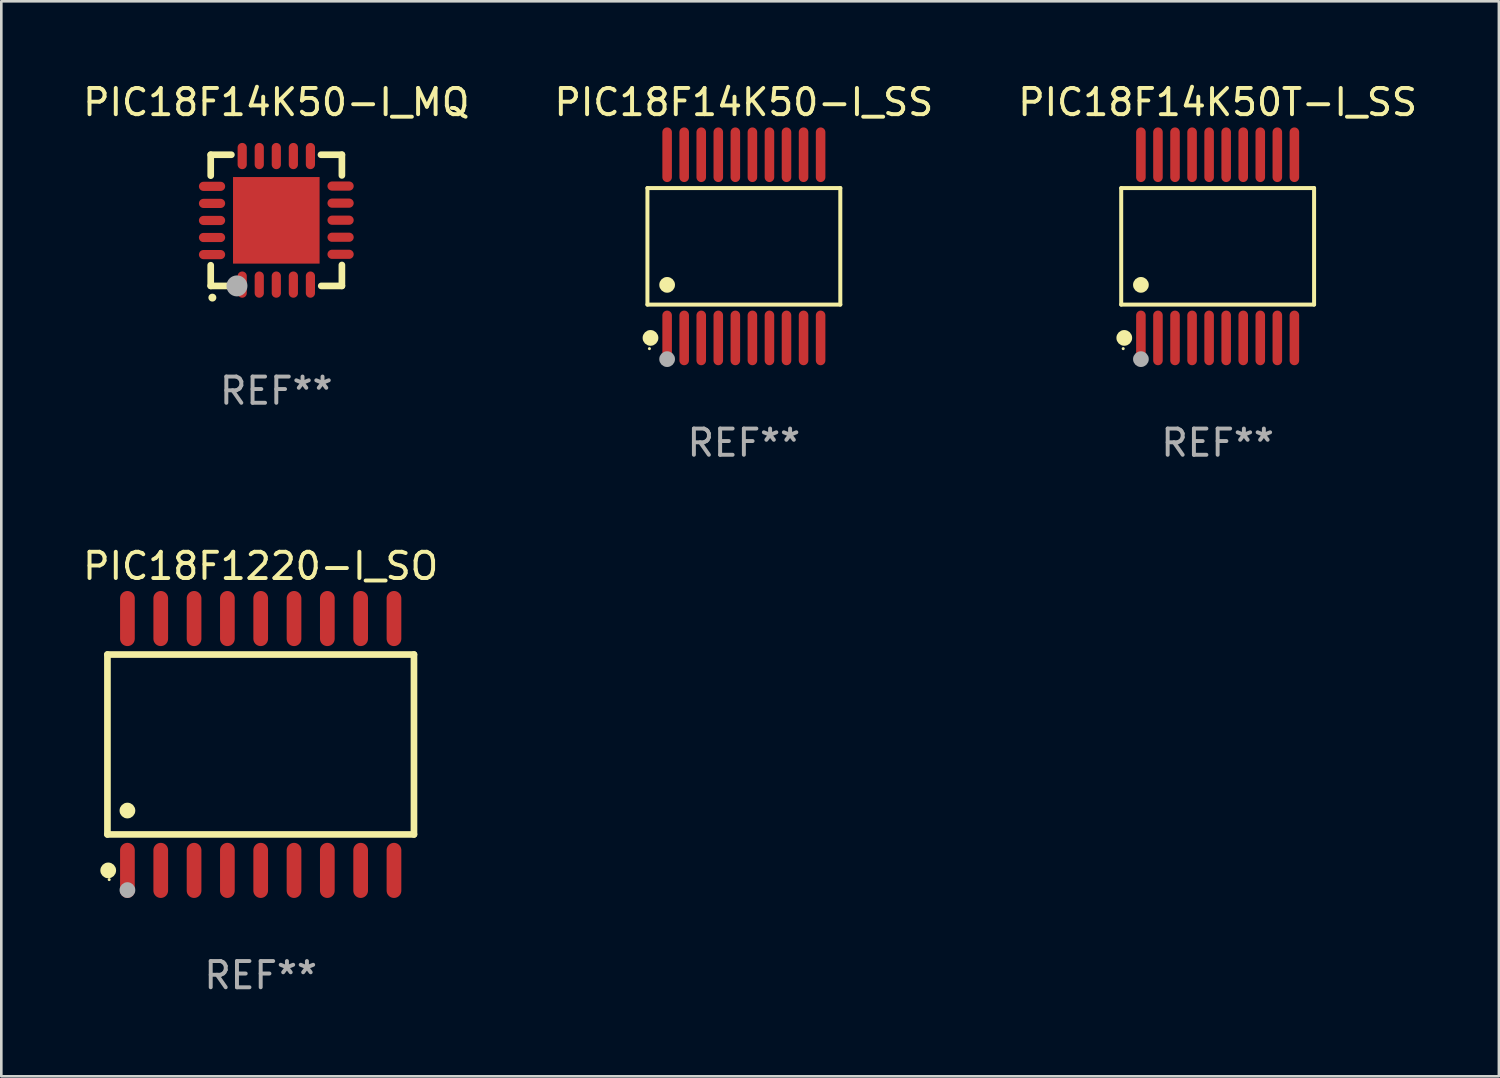
<source format=kicad_pcb>
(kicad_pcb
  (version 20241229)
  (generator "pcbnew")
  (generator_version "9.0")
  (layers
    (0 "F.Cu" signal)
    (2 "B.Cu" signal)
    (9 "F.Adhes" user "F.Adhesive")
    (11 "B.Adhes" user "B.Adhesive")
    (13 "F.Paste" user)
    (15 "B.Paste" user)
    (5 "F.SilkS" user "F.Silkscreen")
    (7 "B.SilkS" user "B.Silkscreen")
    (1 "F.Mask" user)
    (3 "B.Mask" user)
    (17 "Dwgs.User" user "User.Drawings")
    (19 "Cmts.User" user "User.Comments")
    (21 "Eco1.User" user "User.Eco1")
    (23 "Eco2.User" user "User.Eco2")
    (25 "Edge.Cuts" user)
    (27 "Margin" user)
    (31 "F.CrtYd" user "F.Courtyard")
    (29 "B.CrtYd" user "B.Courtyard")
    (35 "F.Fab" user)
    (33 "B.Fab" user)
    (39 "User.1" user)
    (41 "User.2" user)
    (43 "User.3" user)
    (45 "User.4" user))
  (footprint "PIC18F14K50-I_SS"
    (layer "F.Cu")
    (at 25.304 6.339)
    (property "Reference" "PIC18F14K50-I_SS" (at 0 -5.491 0) (layer "F.SilkS") (effects (font (size 1 1) (thickness 0.15))))
    (attr through_hole)
    (fp_line (start -3.676 -2.221) (end 3.676 -2.221) (stroke (width 0.152) (type solid)) (layer "F.SilkS"))
    (fp_line (start -3.676 2.221) (end -3.676 -2.221) (stroke (width 0.152) (type solid)) (layer "F.SilkS"))
    (fp_line (start 3.676 -2.221) (end 3.676 2.221) (stroke (width 0.152) (type solid)) (layer "F.SilkS"))
    (fp_line (start 3.676 2.221) (end -3.676 2.221) (stroke (width 0.152) (type solid)) (layer "F.SilkS"))
    (fp_circle (center -3.6 3.9) (end -3.57 3.9) (stroke (width 0.06) (type solid)) (fill no) (layer "F.SilkS"))
    (fp_circle (center -3.559 3.491) (end -3.409 3.491) (stroke (width 0.3) (type solid)) (fill no) (layer "F.SilkS"))
    (fp_circle (center -2.925 1.469) (end -2.775 1.469) (stroke (width 0.3) (type solid)) (fill no) (layer "F.SilkS"))
    (fp_circle (center -2.925 4.3) (end -2.775 4.3) (stroke (width 0.3) (type solid)) (fill no) (layer "F.Fab"))
    (fp_text user "REF**" (at 0 7.491 0) (layer "F.Fab") (effects (font (size 1 1) (thickness 0.15))))
    (pad "1" smd oval (at -2.925 3.491) (size 0.364 2.082) (layers "F.Cu" "F.Mask" "F.Paste"))
    (pad "2" smd oval (at -2.275 3.491) (size 0.364 2.082) (layers "F.Cu" "F.Mask" "F.Paste"))
    (pad "3" smd oval (at -1.625 3.491) (size 0.364 2.082) (layers "F.Cu" "F.Mask" "F.Paste"))
    (pad "4" smd oval (at -0.975 3.491) (size 0.364 2.082) (layers "F.Cu" "F.Mask" "F.Paste"))
    (pad "5" smd oval (at -0.325 3.491) (size 0.364 2.082) (layers "F.Cu" "F.Mask" "F.Paste"))
    (pad "6" smd oval (at 0.325 3.491) (size 0.364 2.082) (layers "F.Cu" "F.Mask" "F.Paste"))
    (pad "7" smd oval (at 0.975 3.491) (size 0.364 2.082) (layers "F.Cu" "F.Mask" "F.Paste"))
    (pad "8" smd oval (at 1.625 3.491) (size 0.364 2.082) (layers "F.Cu" "F.Mask" "F.Paste"))
    (pad "9" smd oval (at 2.275 3.491) (size 0.364 2.082) (layers "F.Cu" "F.Mask" "F.Paste"))
    (pad "10" smd oval (at 2.925 3.491) (size 0.364 2.082) (layers "F.Cu" "F.Mask" "F.Paste"))
    (pad "11" smd oval (at 2.925 -3.491) (size 0.364 2.082) (layers "F.Cu" "F.Mask" "F.Paste"))
    (pad "12" smd oval (at 2.275 -3.491) (size 0.364 2.082) (layers "F.Cu" "F.Mask" "F.Paste"))
    (pad "13" smd oval (at 1.625 -3.491) (size 0.364 2.082) (layers "F.Cu" "F.Mask" "F.Paste"))
    (pad "14" smd oval (at 0.975 -3.491) (size 0.364 2.082) (layers "F.Cu" "F.Mask" "F.Paste"))
    (pad "15" smd oval (at 0.325 -3.491) (size 0.364 2.082) (layers "F.Cu" "F.Mask" "F.Paste"))
    (pad "16" smd oval (at -0.325 -3.491) (size 0.364 2.082) (layers "F.Cu" "F.Mask" "F.Paste"))
    (pad "17" smd oval (at -0.975 -3.491) (size 0.364 2.082) (layers "F.Cu" "F.Mask" "F.Paste"))
    (pad "18" smd oval (at -1.625 -3.491) (size 0.364 2.082) (layers "F.Cu" "F.Mask" "F.Paste"))
    (pad "19" smd oval (at -2.275 -3.491) (size 0.364 2.082) (layers "F.Cu" "F.Mask" "F.Paste"))
    (pad "20" smd oval (at -2.925 -3.491) (size 0.364 2.082) (layers "F.Cu" "F.Mask" "F.Paste")))
  (footprint "PIC18F1220-I_SO"
    (layer "F.Cu")
    (at 6.887 25.327)
    (property "Reference" "PIC18F1220-I_SO" (at 0 -6.8 0) (layer "F.SilkS") (effects (font (size 1 1) (thickness 0.15))))
    (attr through_hole)
    (fp_line (start -5.842 -3.429) (end -5.842 3.429) (stroke (width 0.254) (type solid)) (layer "F.SilkS"))
    (fp_line (start -5.842 3.429) (end 5.842 3.429) (stroke (width 0.254) (type solid)) (layer "F.SilkS"))
    (fp_line (start 5.842 -3.429) (end -5.842 -3.429) (stroke (width 0.254) (type solid)) (layer "F.SilkS"))
    (fp_line (start 5.842 3.429) (end 5.842 -3.429) (stroke (width 0.254) (type solid)) (layer "F.SilkS"))
    (fp_circle (center -5.812 4.8) (end -5.662 4.8) (stroke (width 0.3) (type solid)) (fill no) (layer "F.SilkS"))
    (fp_circle (center -5.775 5.15) (end -5.745 5.15) (stroke (width 0.06) (type solid)) (fill no) (layer "F.SilkS"))
    (fp_circle (center -5.08 2.519) (end -4.93 2.519) (stroke (width 0.3) (type solid)) (fill no) (layer "F.SilkS"))
    (fp_circle (center -5.08 5.55) (end -4.93 5.55) (stroke (width 0.3) (type solid)) (fill no) (layer "F.Fab"))
    (fp_text user "REF**" (at 0 8.8 0) (layer "F.Fab") (effects (font (size 1 1) (thickness 0.15))))
    (pad "1" smd oval (at -5.08 4.8) (size 0.56 2.1) (layers "F.Cu" "F.Mask" "F.Paste"))
    (pad "2" smd oval (at -3.81 4.8) (size 0.56 2.1) (layers "F.Cu" "F.Mask" "F.Paste"))
    (pad "3" smd oval (at -2.54 4.8) (size 0.56 2.1) (layers "F.Cu" "F.Mask" "F.Paste"))
    (pad "4" smd oval (at -1.27 4.8) (size 0.56 2.1) (layers "F.Cu" "F.Mask" "F.Paste"))
    (pad "5" smd oval (at 0 4.8) (size 0.56 2.1) (layers "F.Cu" "F.Mask" "F.Paste"))
    (pad "6" smd oval (at 1.27 4.8) (size 0.56 2.1) (layers "F.Cu" "F.Mask" "F.Paste"))
    (pad "7" smd oval (at 2.54 4.8) (size 0.56 2.1) (layers "F.Cu" "F.Mask" "F.Paste"))
    (pad "8" smd oval (at 3.81 4.8) (size 0.56 2.1) (layers "F.Cu" "F.Mask" "F.Paste"))
    (pad "9" smd oval (at 5.08 4.8) (size 0.56 2.1) (layers "F.Cu" "F.Mask" "F.Paste"))
    (pad "10" smd oval (at 5.08 -4.8) (size 0.56 2.1) (layers "F.Cu" "F.Mask" "F.Paste"))
    (pad "11" smd oval (at 3.81 -4.8) (size 0.56 2.1) (layers "F.Cu" "F.Mask" "F.Paste"))
    (pad "12" smd oval (at 2.54 -4.8) (size 0.56 2.1) (layers "F.Cu" "F.Mask" "F.Paste"))
    (pad "13" smd oval (at 1.27 -4.8) (size 0.56 2.1) (layers "F.Cu" "F.Mask" "F.Paste"))
    (pad "14" smd oval (at 0 -4.8) (size 0.56 2.1) (layers "F.Cu" "F.Mask" "F.Paste"))
    (pad "15" smd oval (at -1.27 -4.8) (size 0.56 2.1) (layers "F.Cu" "F.Mask" "F.Paste"))
    (pad "16" smd oval (at -2.54 -4.8) (size 0.56 2.1) (layers "F.Cu" "F.Mask" "F.Paste"))
    (pad "17" smd oval (at -3.81 -4.8) (size 0.56 2.1) (layers "F.Cu" "F.Mask" "F.Paste"))
    (pad "18" smd oval (at -5.08 -4.8) (size 0.56 2.1) (layers "F.Cu" "F.Mask" "F.Paste")))
  (footprint "PIC18F14K50T-I_SS"
    (layer "F.Cu")
    (at 43.363 6.339)
    (property "Reference" "PIC18F14K50T-I_SS" (at 0 -5.491 0) (layer "F.SilkS") (effects (font (size 1 1) (thickness 0.15))))
    (attr through_hole)
    (fp_line (start -3.676 -2.221) (end 3.676 -2.221) (stroke (width 0.152) (type solid)) (layer "F.SilkS"))
    (fp_line (start -3.676 2.221) (end -3.676 -2.221) (stroke (width 0.152) (type solid)) (layer "F.SilkS"))
    (fp_line (start 3.676 -2.221) (end 3.676 2.221) (stroke (width 0.152) (type solid)) (layer "F.SilkS"))
    (fp_line (start 3.676 2.221) (end -3.676 2.221) (stroke (width 0.152) (type solid)) (layer "F.SilkS"))
    (fp_circle (center -3.6 3.9) (end -3.57 3.9) (stroke (width 0.06) (type solid)) (fill no) (layer "F.SilkS"))
    (fp_circle (center -3.559 3.491) (end -3.409 3.491) (stroke (width 0.3) (type solid)) (fill no) (layer "F.SilkS"))
    (fp_circle (center -2.925 1.469) (end -2.775 1.469) (stroke (width 0.3) (type solid)) (fill no) (layer "F.SilkS"))
    (fp_circle (center -2.925 4.3) (end -2.775 4.3) (stroke (width 0.3) (type solid)) (fill no) (layer "F.Fab"))
    (fp_text user "REF**" (at 0 7.491 0) (layer "F.Fab") (effects (font (size 1 1) (thickness 0.15))))
    (pad "1" smd oval (at -2.925 3.491) (size 0.364 2.082) (layers "F.Cu" "F.Mask" "F.Paste"))
    (pad "2" smd oval (at -2.275 3.491) (size 0.364 2.082) (layers "F.Cu" "F.Mask" "F.Paste"))
    (pad "3" smd oval (at -1.625 3.491) (size 0.364 2.082) (layers "F.Cu" "F.Mask" "F.Paste"))
    (pad "4" smd oval (at -0.975 3.491) (size 0.364 2.082) (layers "F.Cu" "F.Mask" "F.Paste"))
    (pad "5" smd oval (at -0.325 3.491) (size 0.364 2.082) (layers "F.Cu" "F.Mask" "F.Paste"))
    (pad "6" smd oval (at 0.325 3.491) (size 0.364 2.082) (layers "F.Cu" "F.Mask" "F.Paste"))
    (pad "7" smd oval (at 0.975 3.491) (size 0.364 2.082) (layers "F.Cu" "F.Mask" "F.Paste"))
    (pad "8" smd oval (at 1.625 3.491) (size 0.364 2.082) (layers "F.Cu" "F.Mask" "F.Paste"))
    (pad "9" smd oval (at 2.275 3.491) (size 0.364 2.082) (layers "F.Cu" "F.Mask" "F.Paste"))
    (pad "10" smd oval (at 2.925 3.491) (size 0.364 2.082) (layers "F.Cu" "F.Mask" "F.Paste"))
    (pad "11" smd oval (at 2.925 -3.491) (size 0.364 2.082) (layers "F.Cu" "F.Mask" "F.Paste"))
    (pad "12" smd oval (at 2.275 -3.491) (size 0.364 2.082) (layers "F.Cu" "F.Mask" "F.Paste"))
    (pad "13" smd oval (at 1.625 -3.491) (size 0.364 2.082) (layers "F.Cu" "F.Mask" "F.Paste"))
    (pad "14" smd oval (at 0.975 -3.491) (size 0.364 2.082) (layers "F.Cu" "F.Mask" "F.Paste"))
    (pad "15" smd oval (at 0.325 -3.491) (size 0.364 2.082) (layers "F.Cu" "F.Mask" "F.Paste"))
    (pad "16" smd oval (at -0.325 -3.491) (size 0.364 2.082) (layers "F.Cu" "F.Mask" "F.Paste"))
    (pad "17" smd oval (at -0.975 -3.491) (size 0.364 2.082) (layers "F.Cu" "F.Mask" "F.Paste"))
    (pad "18" smd oval (at -1.625 -3.491) (size 0.364 2.082) (layers "F.Cu" "F.Mask" "F.Paste"))
    (pad "19" smd oval (at -2.275 -3.491) (size 0.364 2.082) (layers "F.Cu" "F.Mask" "F.Paste"))
    (pad "20" smd oval (at -2.925 -3.491) (size 0.364 2.082) (layers "F.Cu" "F.Mask" "F.Paste")))
  (footprint "PIC18F14K50-I_MQ"
    (layer "F.Cu")
    (at 7.482 5.348)
    (property "Reference" "PIC18F14K50-I_MQ" (at 0 -4.5 0) (layer "F.SilkS") (effects (font (size 1 1) (thickness 0.15))))
    (attr through_hole)
    (fp_line (start -2.5 -2.5) (end -1.712 -2.5) (stroke (width 0.254) (type solid)) (layer "F.SilkS"))
    (fp_line (start -2.5 -1.702) (end -2.5 -2.5) (stroke (width 0.254) (type solid)) (layer "F.SilkS"))
    (fp_line (start -2.5 2.5) (end -2.5 1.712) (stroke (width 0.254) (type solid)) (layer "F.SilkS"))
    (fp_line (start -1.702 2.5) (end -2.5 2.5) (stroke (width 0.254) (type solid)) (layer "F.SilkS"))
    (fp_line (start 1.702 -2.5) (end 2.5 -2.5) (stroke (width 0.254) (type solid)) (layer "F.SilkS"))
    (fp_line (start 2.5 -2.5) (end 2.5 -1.712) (stroke (width 0.254) (type solid)) (layer "F.SilkS"))
    (fp_line (start 2.5 1.702) (end 2.5 2.5) (stroke (width 0.254) (type solid)) (layer "F.SilkS"))
    (fp_line (start 2.5 2.5) (end 1.712 2.5) (stroke (width 0.254) (type solid)) (layer "F.SilkS"))
    (fp_arc (start -2.438405 2.946406) (mid -2.437135 2.946401) (end -2.435865 2.946406) (stroke (width 0.3) (type solid)) (layer "F.SilkS"))
    (fp_circle (center -2.5 2.5) (end -2.45 2.5) (stroke (width 0.1) (type solid)) (fill no) (layer "F.SilkS"))
    (fp_circle (center -1.5 2.5) (end -1.3 2.5) (stroke (width 0.4) (type solid)) (fill no) (layer "F.Fab"))
    (fp_text user "REF**" (at 0 6.5 0) (layer "F.Fab") (effects (font (size 1 1) (thickness 0.15))))
    (pad "1" smd oval (at -1.3 2.45) (size 0.35 1) (layers "F.Cu" "F.Mask" "F.Paste"))
    (pad "2" smd oval (at -0.65 2.45) (size 0.35 1) (layers "F.Cu" "F.Mask" "F.Paste"))
    (pad "3" smd oval (at 0 2.45) (size 0.35 1) (layers "F.Cu" "F.Mask" "F.Paste"))
    (pad "4" smd oval (at 0.65 2.45) (size 0.35 1) (layers "F.Cu" "F.Mask" "F.Paste"))
    (pad "5" smd oval (at 1.3 2.45) (size 0.35 1) (layers "F.Cu" "F.Mask" "F.Paste"))
    (pad "6" smd oval (at 2.45 1.295) (size 1 0.35) (layers "F.Cu" "F.Mask" "F.Paste"))
    (pad "7" smd oval (at 2.45 0.645) (size 1 0.35) (layers "F.Cu" "F.Mask" "F.Paste"))
    (pad "8" smd oval (at 2.45 -0.005) (size 1 0.35) (layers "F.Cu" "F.Mask" "F.Paste"))
    (pad "9" smd oval (at 2.45 -0.655) (size 1 0.35) (layers "F.Cu" "F.Mask" "F.Paste"))
    (pad "10" smd oval (at 2.45 -1.306) (size 1 0.35) (layers "F.Cu" "F.Mask" "F.Paste"))
    (pad "11" smd oval (at 1.3 -2.45) (size 0.35 1) (layers "F.Cu" "F.Mask" "F.Paste"))
    (pad "12" smd oval (at 0.65 -2.45) (size 0.35 1) (layers "F.Cu" "F.Mask" "F.Paste"))
    (pad "13" smd oval (at 0 -2.45) (size 0.35 1) (layers "F.Cu" "F.Mask" "F.Paste"))
    (pad "14" smd oval (at -0.65 -2.45) (size 0.35 1) (layers "F.Cu" "F.Mask" "F.Paste"))
    (pad "15" smd oval (at -1.3 -2.45) (size 0.35 1) (layers "F.Cu" "F.Mask" "F.Paste"))
    (pad "16" smd oval (at -2.45 -1.295) (size 1 0.35) (layers "F.Cu" "F.Mask" "F.Paste"))
    (pad "17" smd oval (at -2.45 -0.645) (size 1 0.35) (layers "F.Cu" "F.Mask" "F.Paste"))
    (pad "18" smd oval (at -2.45 0.005) (size 1 0.35) (layers "F.Cu" "F.Mask" "F.Paste"))
    (pad "19" smd oval (at -2.45 0.655) (size 1 0.35) (layers "F.Cu" "F.Mask" "F.Paste"))
    (pad "20" smd oval (at -2.45 1.306) (size 1 0.35) (layers "F.Cu" "F.Mask" "F.Paste"))
    (pad "21" smd rect (at 0 0) (size 3.3 3.3) (layers "F.Cu" "F.Mask" "F.Paste")))
  (gr_rect
    (start -3 -3)
    (end 54.083 37.975)
    (stroke (width 0.1) (type default))
    (fill no)
    (layer "Edge.Cuts")))
</source>
